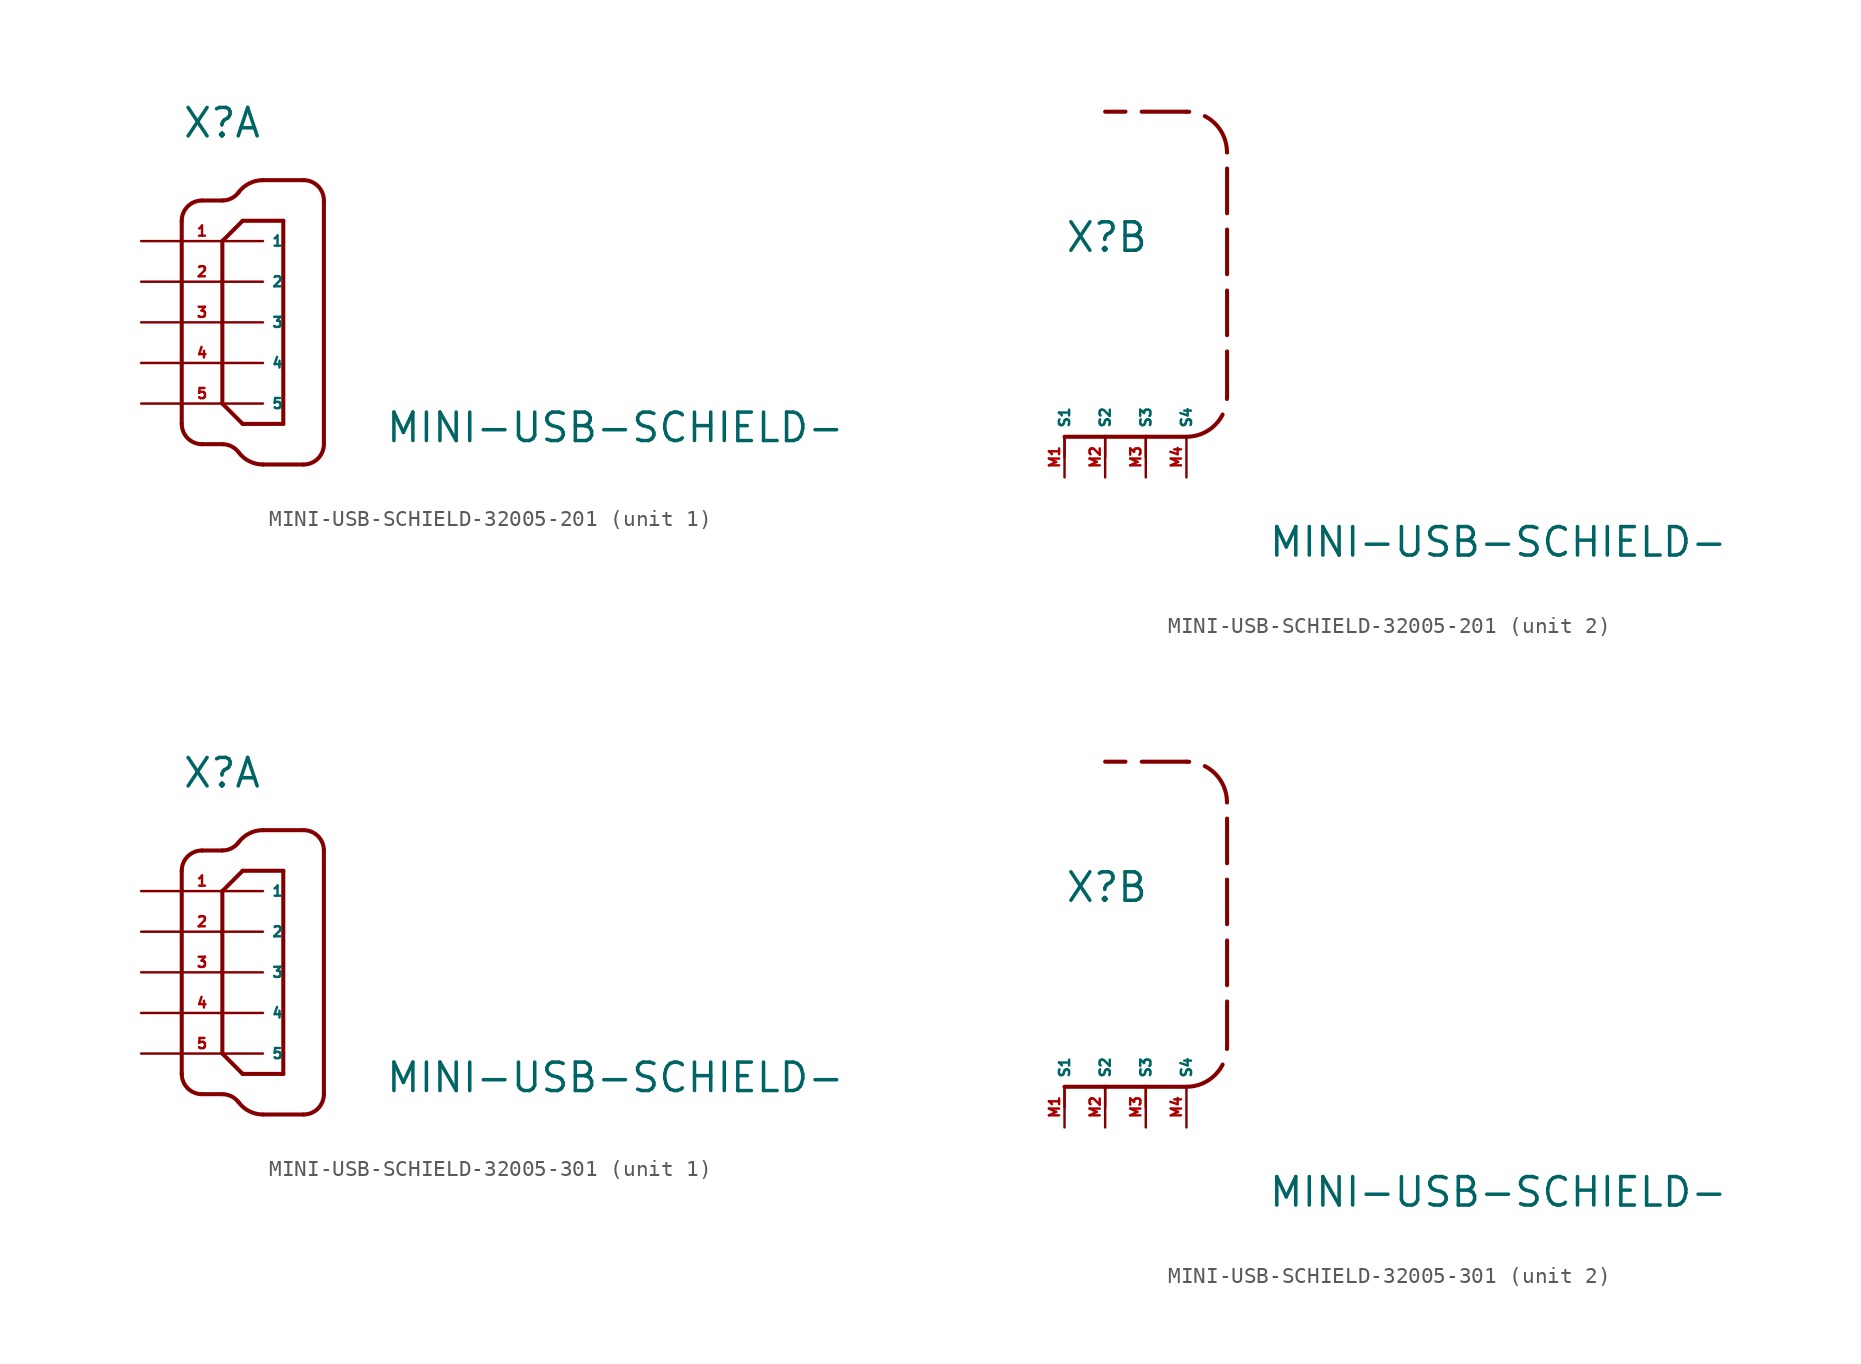
<source format=kicad_sym>
(kicad_symbol_lib
  (version 20220914)
  (generator Eagle2Kicad)
  (symbol "MINI-USB-SCHIELD-32005-201"
    (property "Reference" "X"
      (at -2.54 11.43 0)
      (effects (font (size 1.778 1.778) (thickness 0.22)) (justify left bottom)))
    (property "Value" "MINI-USB-SCHIELD-"
      (at 10.16 -7.62 0)
      (effects (font (size 1.778 1.778) (thickness 0.22)) (justify left bottom)))
    (symbol "MINI-USB-SCHIELD-32005-201_1_0"
      (polyline (pts (xy -2.54 6.35) (xy -2.54 -6.35)) (stroke (width 0.254) (type default)) (fill (type none)))
      (arc (start -2.54 -6.35) (mid -2.168 -7.248) (end -1.27 -7.62) (stroke (width 0.254) (type default)) (fill (type none)))
      (polyline (pts (xy -1.27 -7.62) (xy 0 -7.62)) (stroke (width 0.254) (type default)) (fill (type none)))
      (arc (start 1.016 -8.128) (mid 0.568 -7.754) (end 0 -7.62) (stroke (width 0.254) (type default)) (fill (type none)))
      (arc (start 1.016 -8.128) (mid 1.688 -8.689) (end 2.54 -8.89) (stroke (width 0.254) (type default)) (fill (type none)))
      (polyline (pts (xy 2.54 -8.89) (xy 5.08 -8.89)) (stroke (width 0.254) (type default)) (fill (type none)))
      (arc (start 5.08 -8.89) (mid 5.978 -8.518) (end 6.35 -7.62) (stroke (width 0.254) (type default)) (fill (type none)))
      (polyline (pts (xy 6.35 -7.62) (xy 6.35 7.62)) (stroke (width 0.254) (type default)) (fill (type none)))
      (arc (start -1.27 7.62) (mid -2.168 7.248) (end -2.54 6.35) (stroke (width 0.254) (type default)) (fill (type none)))
      (polyline (pts (xy -1.27 7.62) (xy 0 7.62)) (stroke (width 0.254) (type default)) (fill (type none)))
      (arc (start 0 7.62) (mid 0.568 7.754) (end 1.016 8.128) (stroke (width 0.254) (type default)) (fill (type none)))
      (arc (start 2.54 8.89) (mid 1.688 8.689) (end 1.016 8.128) (stroke (width 0.254) (type default)) (fill (type none)))
      (polyline (pts (xy 2.54 8.89) (xy 5.08 8.89)) (stroke (width 0.254) (type default)) (fill (type none)))
      (arc (start 6.35 7.62) (mid 5.978 8.518) (end 5.08 8.89) (stroke (width 0.254) (type default)) (fill (type none)))
      (polyline (pts (xy 0 5.08) (xy 0 -5.08)) (stroke (width 0.254) (type default)) (fill (type none)))
      (polyline (pts (xy 0 -5.08) (xy 1.27 -6.35)) (stroke (width 0.254) (type default)) (fill (type none)))
      (polyline (pts (xy 1.27 -6.35) (xy 3.81 -6.35)) (stroke (width 0.254) (type default)) (fill (type none)))
      (polyline (pts (xy 3.81 -6.35) (xy 3.81 6.35)) (stroke (width 0.254) (type default)) (fill (type none)))
      (polyline (pts (xy 3.81 6.35) (xy 1.27 6.35)) (stroke (width 0.254) (type default)) (fill (type none)))
      (polyline (pts (xy 1.27 6.35) (xy 0 5.08)) (stroke (width 0.254) (type default)) (fill (type none)))
      (pin passive line (at -5.08 5.08 0) (length 7.62) (name "1" (effects (font (size 0.635 0.635) (thickness 0.08)) (justify left bottom))) (number "1" (effects (font (size 0.635 0.635) (thickness 0.08)) (justify left bottom))))
      (pin passive line (at -5.08 2.54 0) (length 7.62) (name "2" (effects (font (size 0.635 0.635) (thickness 0.08)) (justify left bottom))) (number "2" (effects (font (size 0.635 0.635) (thickness 0.08)) (justify left bottom))))
      (pin passive line (at -5.08 0 0) (length 7.62) (name "3" (effects (font (size 0.635 0.635) (thickness 0.08)) (justify left bottom))) (number "3" (effects (font (size 0.635 0.635) (thickness 0.08)) (justify left bottom))))
      (pin passive line (at -5.08 -2.54 0) (length 7.62) (name "4" (effects (font (size 0.635 0.635) (thickness 0.08)) (justify left bottom))) (number "4" (effects (font (size 0.635 0.635) (thickness 0.08)) (justify left bottom))))
      (pin passive line (at -5.08 -5.08 0) (length 7.62) (name "5" (effects (font (size 0.635 0.635) (thickness 0.08)) (justify left bottom))) (number "5" (effects (font (size 0.635 0.635) (thickness 0.08)) (justify left bottom)))))
    (symbol "MINI-USB-SCHIELD-32005-201_2_0"
      (polyline (pts (xy -2.54 0) (xy 0 0)) (stroke (width 0.254) (type dash)) (fill (type none)))
      (polyline (pts (xy 0 0) (xy 2.54 0)) (stroke (width 0.254) (type dash)) (fill (type none)))
      (polyline (pts (xy 2.54 0) (xy 5.08 0)) (stroke (width 0.254) (type dash)) (fill (type none)))
      (polyline (pts (xy -2.54 -1.27) (xy -2.54 0)) (stroke (width 0.152) (type default)) (fill (type none)))
      (polyline (pts (xy 0 -1.27) (xy 0 0)) (stroke (width 0.152) (type default)) (fill (type none)))
      (polyline (pts (xy 2.54 -1.27) (xy 2.54 0)) (stroke (width 0.152) (type default)) (fill (type none)))
      (arc (start 5.08 0) (mid 6.876 0.744) (end 7.62 2.54) (stroke (width 0.254) (type dash)) (fill (type none)))
      (polyline (pts (xy 7.62 2.54) (xy 7.62 17.78)) (stroke (width 0.254) (type dash)) (fill (type none)))
      (arc (start 7.62 17.78) (mid 6.876 19.576) (end 5.08 20.32) (stroke (width 0.254) (type dash)) (fill (type none)))
      (polyline (pts (xy 5.08 20.32) (xy 0 20.32)) (stroke (width 0.254) (type dash)) (fill (type none)))
      (pin passive line (at -2.54 -2.54 90) (length 2.54) (name "S1" (effects (font (size 0.635 0.635) (thickness 0.08)) (justify left bottom))) (number "M1" (effects (font (size 0.635 0.635) (thickness 0.08)) (justify left bottom))))
      (pin passive line (at 0 -2.54 90) (length 2.54) (name "S2" (effects (font (size 0.635 0.635) (thickness 0.08)) (justify left bottom))) (number "M2" (effects (font (size 0.635 0.635) (thickness 0.08)) (justify left bottom))))
      (pin passive line (at 2.54 -2.54 90) (length 2.54) (name "S3" (effects (font (size 0.635 0.635) (thickness 0.08)) (justify left bottom))) (number "M3" (effects (font (size 0.635 0.635) (thickness 0.08)) (justify left bottom))))
      (pin passive line (at 5.08 -2.54 90) (length 2.54) (name "S4" (effects (font (size 0.635 0.635) (thickness 0.08)) (justify left bottom))) (number "M4" (effects (font (size 0.635 0.635) (thickness 0.08)) (justify left bottom))))))
  (symbol "MINI-USB-SCHIELD-32005-301"
    (property "Reference" "X"
      (at -2.54 11.43 0)
      (effects (font (size 1.778 1.778) (thickness 0.22)) (justify left bottom)))
    (property "Value" "MINI-USB-SCHIELD-"
      (at 10.16 -7.62 0)
      (effects (font (size 1.778 1.778) (thickness 0.22)) (justify left bottom)))
    (symbol "MINI-USB-SCHIELD-32005-301_1_0"
      (polyline (pts (xy -2.54 6.35) (xy -2.54 -6.35)) (stroke (width 0.254) (type default)) (fill (type none)))
      (arc (start -2.54 -6.35) (mid -2.168 -7.248) (end -1.27 -7.62) (stroke (width 0.254) (type default)) (fill (type none)))
      (polyline (pts (xy -1.27 -7.62) (xy 0 -7.62)) (stroke (width 0.254) (type default)) (fill (type none)))
      (arc (start 1.016 -8.128) (mid 0.568 -7.754) (end 0 -7.62) (stroke (width 0.254) (type default)) (fill (type none)))
      (arc (start 1.016 -8.128) (mid 1.688 -8.689) (end 2.54 -8.89) (stroke (width 0.254) (type default)) (fill (type none)))
      (polyline (pts (xy 2.54 -8.89) (xy 5.08 -8.89)) (stroke (width 0.254) (type default)) (fill (type none)))
      (arc (start 5.08 -8.89) (mid 5.978 -8.518) (end 6.35 -7.62) (stroke (width 0.254) (type default)) (fill (type none)))
      (polyline (pts (xy 6.35 -7.62) (xy 6.35 7.62)) (stroke (width 0.254) (type default)) (fill (type none)))
      (arc (start -1.27 7.62) (mid -2.168 7.248) (end -2.54 6.35) (stroke (width 0.254) (type default)) (fill (type none)))
      (polyline (pts (xy -1.27 7.62) (xy 0 7.62)) (stroke (width 0.254) (type default)) (fill (type none)))
      (arc (start 0 7.62) (mid 0.568 7.754) (end 1.016 8.128) (stroke (width 0.254) (type default)) (fill (type none)))
      (arc (start 2.54 8.89) (mid 1.688 8.689) (end 1.016 8.128) (stroke (width 0.254) (type default)) (fill (type none)))
      (polyline (pts (xy 2.54 8.89) (xy 5.08 8.89)) (stroke (width 0.254) (type default)) (fill (type none)))
      (arc (start 6.35 7.62) (mid 5.978 8.518) (end 5.08 8.89) (stroke (width 0.254) (type default)) (fill (type none)))
      (polyline (pts (xy 0 5.08) (xy 0 -5.08)) (stroke (width 0.254) (type default)) (fill (type none)))
      (polyline (pts (xy 0 -5.08) (xy 1.27 -6.35)) (stroke (width 0.254) (type default)) (fill (type none)))
      (polyline (pts (xy 1.27 -6.35) (xy 3.81 -6.35)) (stroke (width 0.254) (type default)) (fill (type none)))
      (polyline (pts (xy 3.81 -6.35) (xy 3.81 6.35)) (stroke (width 0.254) (type default)) (fill (type none)))
      (polyline (pts (xy 3.81 6.35) (xy 1.27 6.35)) (stroke (width 0.254) (type default)) (fill (type none)))
      (polyline (pts (xy 1.27 6.35) (xy 0 5.08)) (stroke (width 0.254) (type default)) (fill (type none)))
      (pin passive line (at -5.08 5.08 0) (length 7.62) (name "1" (effects (font (size 0.635 0.635) (thickness 0.08)) (justify left bottom))) (number "1" (effects (font (size 0.635 0.635) (thickness 0.08)) (justify left bottom))))
      (pin passive line (at -5.08 2.54 0) (length 7.62) (name "2" (effects (font (size 0.635 0.635) (thickness 0.08)) (justify left bottom))) (number "2" (effects (font (size 0.635 0.635) (thickness 0.08)) (justify left bottom))))
      (pin passive line (at -5.08 0 0) (length 7.62) (name "3" (effects (font (size 0.635 0.635) (thickness 0.08)) (justify left bottom))) (number "3" (effects (font (size 0.635 0.635) (thickness 0.08)) (justify left bottom))))
      (pin passive line (at -5.08 -2.54 0) (length 7.62) (name "4" (effects (font (size 0.635 0.635) (thickness 0.08)) (justify left bottom))) (number "4" (effects (font (size 0.635 0.635) (thickness 0.08)) (justify left bottom))))
      (pin passive line (at -5.08 -5.08 0) (length 7.62) (name "5" (effects (font (size 0.635 0.635) (thickness 0.08)) (justify left bottom))) (number "5" (effects (font (size 0.635 0.635) (thickness 0.08)) (justify left bottom)))))
    (symbol "MINI-USB-SCHIELD-32005-301_2_0"
      (polyline (pts (xy -2.54 0) (xy 0 0)) (stroke (width 0.254) (type dash)) (fill (type none)))
      (polyline (pts (xy 0 0) (xy 2.54 0)) (stroke (width 0.254) (type dash)) (fill (type none)))
      (polyline (pts (xy 2.54 0) (xy 5.08 0)) (stroke (width 0.254) (type dash)) (fill (type none)))
      (polyline (pts (xy -2.54 -1.27) (xy -2.54 0)) (stroke (width 0.152) (type default)) (fill (type none)))
      (polyline (pts (xy 0 -1.27) (xy 0 0)) (stroke (width 0.152) (type default)) (fill (type none)))
      (polyline (pts (xy 2.54 -1.27) (xy 2.54 0)) (stroke (width 0.152) (type default)) (fill (type none)))
      (arc (start 5.08 0) (mid 6.876 0.744) (end 7.62 2.54) (stroke (width 0.254) (type dash)) (fill (type none)))
      (polyline (pts (xy 7.62 2.54) (xy 7.62 17.78)) (stroke (width 0.254) (type dash)) (fill (type none)))
      (arc (start 7.62 17.78) (mid 6.876 19.576) (end 5.08 20.32) (stroke (width 0.254) (type dash)) (fill (type none)))
      (polyline (pts (xy 5.08 20.32) (xy 0 20.32)) (stroke (width 0.254) (type dash)) (fill (type none)))
      (pin passive line (at -2.54 -2.54 90) (length 2.54) (name "S1" (effects (font (size 0.635 0.635) (thickness 0.08)) (justify left bottom))) (number "M1" (effects (font (size 0.635 0.635) (thickness 0.08)) (justify left bottom))))
      (pin passive line (at 0 -2.54 90) (length 2.54) (name "S2" (effects (font (size 0.635 0.635) (thickness 0.08)) (justify left bottom))) (number "M2" (effects (font (size 0.635 0.635) (thickness 0.08)) (justify left bottom))))
      (pin passive line (at 2.54 -2.54 90) (length 2.54) (name "S3" (effects (font (size 0.635 0.635) (thickness 0.08)) (justify left bottom))) (number "M3" (effects (font (size 0.635 0.635) (thickness 0.08)) (justify left bottom))))
      (pin passive line (at 5.08 -2.54 90) (length 2.54) (name "S4" (effects (font (size 0.635 0.635) (thickness 0.08)) (justify left bottom))) (number "M4" (effects (font (size 0.635 0.635) (thickness 0.08)) (justify left bottom)))))))
</source>
